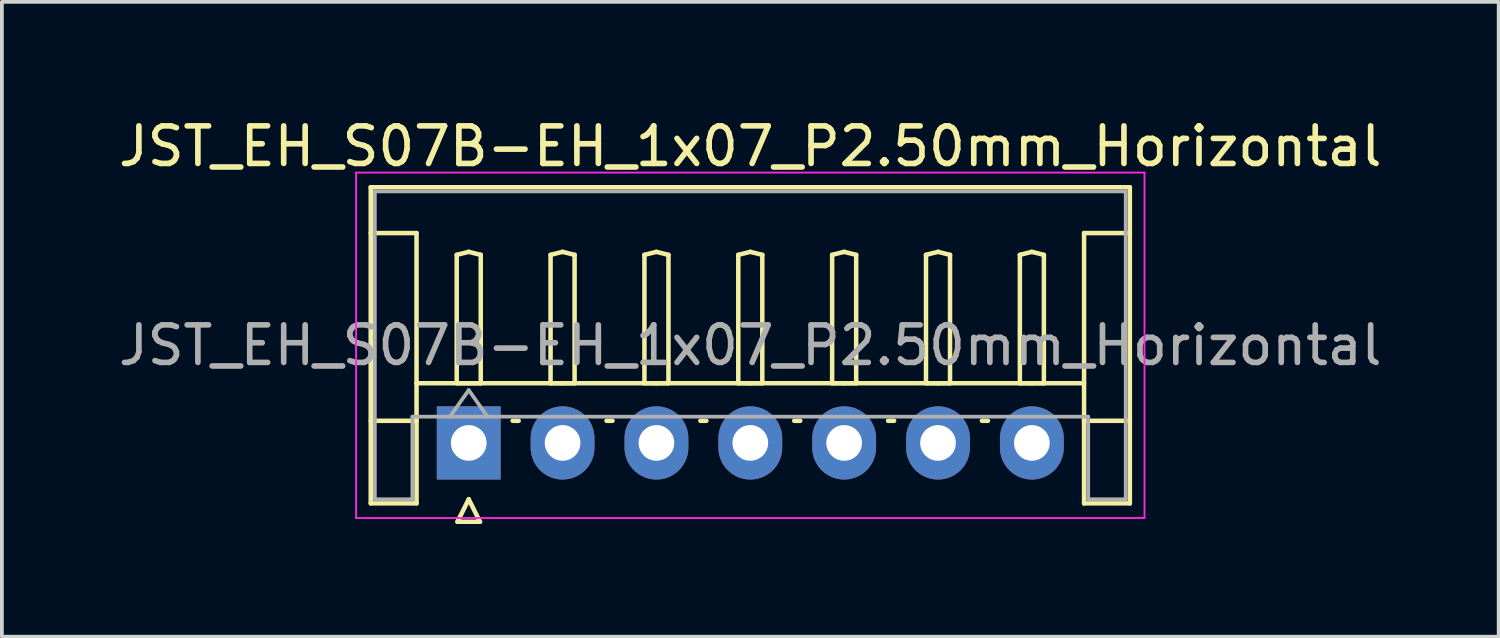
<source format=kicad_pcb>
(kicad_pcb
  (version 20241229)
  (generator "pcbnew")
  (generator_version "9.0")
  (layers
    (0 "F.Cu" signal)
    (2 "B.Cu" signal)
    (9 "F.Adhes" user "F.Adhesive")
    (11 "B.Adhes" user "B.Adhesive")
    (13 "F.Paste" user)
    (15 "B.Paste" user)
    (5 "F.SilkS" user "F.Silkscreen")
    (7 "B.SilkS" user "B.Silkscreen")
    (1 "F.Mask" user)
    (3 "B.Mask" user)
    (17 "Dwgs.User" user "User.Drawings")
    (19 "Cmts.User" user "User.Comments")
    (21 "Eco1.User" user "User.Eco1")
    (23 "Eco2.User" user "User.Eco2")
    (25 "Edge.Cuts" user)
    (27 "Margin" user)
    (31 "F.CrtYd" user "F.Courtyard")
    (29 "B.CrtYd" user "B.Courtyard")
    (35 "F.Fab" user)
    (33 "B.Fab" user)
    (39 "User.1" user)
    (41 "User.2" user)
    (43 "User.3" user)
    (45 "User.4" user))
  (footprint "JST_EH_S07B-EH_1x07_P2.50mm_Horizontal"
    (layer "F.Cu")
    (at 9.435 8.748)
    (property "Reference" "JST_EH_S07B-EH_1x07_P2.50mm_Horizontal" (at 7.5 -7.9 0) (layer "F.SilkS") (effects (font (size 1 1) (thickness 0.15))))
    (attr through_hole)
    (fp_line (start -2.61 -6.81) (end 17.61 -6.81) (stroke (width 0.12) (type solid)) (layer "F.SilkS"))
    (fp_line (start -2.61 -5.59) (end -1.39 -5.59) (stroke (width 0.12) (type solid)) (layer "F.SilkS"))
    (fp_line (start -2.61 1.61) (end -2.61 -6.81) (stroke (width 0.12) (type solid)) (layer "F.SilkS"))
    (fp_line (start -1.39 -5.59) (end -1.39 -0.59) (stroke (width 0.12) (type solid)) (layer "F.SilkS"))
    (fp_line (start -1.39 -1.59) (end 16.39 -1.59) (stroke (width 0.12) (type solid)) (layer "F.SilkS"))
    (fp_line (start -1.39 -0.59) (end -2.61 -0.59) (stroke (width 0.12) (type solid)) (layer "F.SilkS"))
    (fp_line (start -1.39 -0.59) (end -1.39 1.61) (stroke (width 0.12) (type solid)) (layer "F.SilkS"))
    (fp_line (start -1.39 1.61) (end -2.61 1.61) (stroke (width 0.12) (type solid)) (layer "F.SilkS"))
    (fp_line (start -0.32 -5.01) (end 0 -5.09) (stroke (width 0.12) (type solid)) (layer "F.SilkS"))
    (fp_line (start -0.32 -1.59) (end -0.32 -5.01) (stroke (width 0.12) (type solid)) (layer "F.SilkS"))
    (fp_line (start -0.3 2.1) (end 0.3 2.1) (stroke (width 0.12) (type solid)) (layer "F.SilkS"))
    (fp_line (start 0 -5.09) (end 0.32 -5.01) (stroke (width 0.12) (type solid)) (layer "F.SilkS"))
    (fp_line (start 0 -1.59) (end -0.32 -1.59) (stroke (width 0.12) (type solid)) (layer "F.SilkS"))
    (fp_line (start 0 1.5) (end -0.3 2.1) (stroke (width 0.12) (type solid)) (layer "F.SilkS"))
    (fp_line (start 0.3 2.1) (end 0 1.5) (stroke (width 0.12) (type solid)) (layer "F.SilkS"))
    (fp_line (start 0.32 -5.01) (end 0.32 -1.59) (stroke (width 0.12) (type solid)) (layer "F.SilkS"))
    (fp_line (start 0.32 -1.59) (end 0 -1.59) (stroke (width 0.12) (type solid)) (layer "F.SilkS"))
    (fp_line (start 1.17 -0.59) (end 1.33 -0.59) (stroke (width 0.12) (type solid)) (layer "F.SilkS"))
    (fp_line (start 2.18 -5.01) (end 2.5 -5.09) (stroke (width 0.12) (type solid)) (layer "F.SilkS"))
    (fp_line (start 2.18 -1.59) (end 2.18 -5.01) (stroke (width 0.12) (type solid)) (layer "F.SilkS"))
    (fp_line (start 2.5 -5.09) (end 2.82 -5.01) (stroke (width 0.12) (type solid)) (layer "F.SilkS"))
    (fp_line (start 2.5 -1.59) (end 2.18 -1.59) (stroke (width 0.12) (type solid)) (layer "F.SilkS"))
    (fp_line (start 2.82 -5.01) (end 2.82 -1.59) (stroke (width 0.12) (type solid)) (layer "F.SilkS"))
    (fp_line (start 2.82 -1.59) (end 2.5 -1.59) (stroke (width 0.12) (type solid)) (layer "F.SilkS"))
    (fp_line (start 3.67 -0.59) (end 3.83 -0.59) (stroke (width 0.12) (type solid)) (layer "F.SilkS"))
    (fp_line (start 4.68 -5.01) (end 5 -5.09) (stroke (width 0.12) (type solid)) (layer "F.SilkS"))
    (fp_line (start 4.68 -1.59) (end 4.68 -5.01) (stroke (width 0.12) (type solid)) (layer "F.SilkS"))
    (fp_line (start 5 -5.09) (end 5.32 -5.01) (stroke (width 0.12) (type solid)) (layer "F.SilkS"))
    (fp_line (start 5 -1.59) (end 4.68 -1.59) (stroke (width 0.12) (type solid)) (layer "F.SilkS"))
    (fp_line (start 5.32 -5.01) (end 5.32 -1.59) (stroke (width 0.12) (type solid)) (layer "F.SilkS"))
    (fp_line (start 5.32 -1.59) (end 5 -1.59) (stroke (width 0.12) (type solid)) (layer "F.SilkS"))
    (fp_line (start 6.17 -0.59) (end 6.33 -0.59) (stroke (width 0.12) (type solid)) (layer "F.SilkS"))
    (fp_line (start 7.18 -5.01) (end 7.5 -5.09) (stroke (width 0.12) (type solid)) (layer "F.SilkS"))
    (fp_line (start 7.18 -1.59) (end 7.18 -5.01) (stroke (width 0.12) (type solid)) (layer "F.SilkS"))
    (fp_line (start 7.5 -5.09) (end 7.82 -5.01) (stroke (width 0.12) (type solid)) (layer "F.SilkS"))
    (fp_line (start 7.5 -1.59) (end 7.18 -1.59) (stroke (width 0.12) (type solid)) (layer "F.SilkS"))
    (fp_line (start 7.82 -5.01) (end 7.82 -1.59) (stroke (width 0.12) (type solid)) (layer "F.SilkS"))
    (fp_line (start 7.82 -1.59) (end 7.5 -1.59) (stroke (width 0.12) (type solid)) (layer "F.SilkS"))
    (fp_line (start 8.67 -0.59) (end 8.83 -0.59) (stroke (width 0.12) (type solid)) (layer "F.SilkS"))
    (fp_line (start 9.68 -5.01) (end 10 -5.09) (stroke (width 0.12) (type solid)) (layer "F.SilkS"))
    (fp_line (start 9.68 -1.59) (end 9.68 -5.01) (stroke (width 0.12) (type solid)) (layer "F.SilkS"))
    (fp_line (start 10 -5.09) (end 10.32 -5.01) (stroke (width 0.12) (type solid)) (layer "F.SilkS"))
    (fp_line (start 10 -1.59) (end 9.68 -1.59) (stroke (width 0.12) (type solid)) (layer "F.SilkS"))
    (fp_line (start 10.32 -5.01) (end 10.32 -1.59) (stroke (width 0.12) (type solid)) (layer "F.SilkS"))
    (fp_line (start 10.32 -1.59) (end 10 -1.59) (stroke (width 0.12) (type solid)) (layer "F.SilkS"))
    (fp_line (start 11.17 -0.59) (end 11.33 -0.59) (stroke (width 0.12) (type solid)) (layer "F.SilkS"))
    (fp_line (start 12.18 -5.01) (end 12.5 -5.09) (stroke (width 0.12) (type solid)) (layer "F.SilkS"))
    (fp_line (start 12.18 -1.59) (end 12.18 -5.01) (stroke (width 0.12) (type solid)) (layer "F.SilkS"))
    (fp_line (start 12.5 -5.09) (end 12.82 -5.01) (stroke (width 0.12) (type solid)) (layer "F.SilkS"))
    (fp_line (start 12.5 -1.59) (end 12.18 -1.59) (stroke (width 0.12) (type solid)) (layer "F.SilkS"))
    (fp_line (start 12.82 -5.01) (end 12.82 -1.59) (stroke (width 0.12) (type solid)) (layer "F.SilkS"))
    (fp_line (start 12.82 -1.59) (end 12.5 -1.59) (stroke (width 0.12) (type solid)) (layer "F.SilkS"))
    (fp_line (start 13.67 -0.59) (end 13.83 -0.59) (stroke (width 0.12) (type solid)) (layer "F.SilkS"))
    (fp_line (start 14.68 -5.01) (end 15 -5.09) (stroke (width 0.12) (type solid)) (layer "F.SilkS"))
    (fp_line (start 14.68 -1.59) (end 14.68 -5.01) (stroke (width 0.12) (type solid)) (layer "F.SilkS"))
    (fp_line (start 15 -5.09) (end 15.32 -5.01) (stroke (width 0.12) (type solid)) (layer "F.SilkS"))
    (fp_line (start 15 -1.59) (end 14.68 -1.59) (stroke (width 0.12) (type solid)) (layer "F.SilkS"))
    (fp_line (start 15.32 -5.01) (end 15.32 -1.59) (stroke (width 0.12) (type solid)) (layer "F.SilkS"))
    (fp_line (start 15.32 -1.59) (end 15 -1.59) (stroke (width 0.12) (type solid)) (layer "F.SilkS"))
    (fp_line (start 16.39 -5.59) (end 16.39 -0.59) (stroke (width 0.12) (type solid)) (layer "F.SilkS"))
    (fp_line (start 16.39 -0.59) (end 17.61 -0.59) (stroke (width 0.12) (type solid)) (layer "F.SilkS"))
    (fp_line (start 16.39 1.61) (end 16.39 -0.59) (stroke (width 0.12) (type solid)) (layer "F.SilkS"))
    (fp_line (start 17.61 -6.81) (end 17.61 1.61) (stroke (width 0.12) (type solid)) (layer "F.SilkS"))
    (fp_line (start 17.61 -5.59) (end 16.39 -5.59) (stroke (width 0.12) (type solid)) (layer "F.SilkS"))
    (fp_line (start 17.61 1.61) (end 16.39 1.61) (stroke (width 0.12) (type solid)) (layer "F.SilkS"))
    (fp_line (start -3 -7.2) (end -3 2) (stroke (width 0.05) (type solid)) (layer "F.CrtYd"))
    (fp_line (start -3 2) (end 18 2) (stroke (width 0.05) (type solid)) (layer "F.CrtYd"))
    (fp_line (start 18 -7.2) (end -3 -7.2) (stroke (width 0.05) (type solid)) (layer "F.CrtYd"))
    (fp_line (start 18 2) (end 18 -7.2) (stroke (width 0.05) (type solid)) (layer "F.CrtYd"))
    (fp_line (start -2.5 -6.7) (end 17.5 -6.7) (stroke (width 0.1) (type solid)) (layer "F.Fab"))
    (fp_line (start -2.5 1.5) (end -2.5 -6.7) (stroke (width 0.1) (type solid)) (layer "F.Fab"))
    (fp_line (start -1.5 -0.7) (end -1.5 1.5) (stroke (width 0.1) (type solid)) (layer "F.Fab"))
    (fp_line (start -1.5 1.5) (end -2.5 1.5) (stroke (width 0.1) (type solid)) (layer "F.Fab"))
    (fp_line (start -0.5 -0.7) (end 0 -1.407) (stroke (width 0.1) (type solid)) (layer "F.Fab"))
    (fp_line (start 0 -1.407) (end 0.5 -0.7) (stroke (width 0.1) (type solid)) (layer "F.Fab"))
    (fp_line (start 16.5 -0.7) (end -1.5 -0.7) (stroke (width 0.1) (type solid)) (layer "F.Fab"))
    (fp_line (start 16.5 1.5) (end 16.5 -0.7) (stroke (width 0.1) (type solid)) (layer "F.Fab"))
    (fp_line (start 17.5 -6.7) (end 17.5 1.5) (stroke (width 0.1) (type solid)) (layer "F.Fab"))
    (fp_line (start 17.5 1.5) (end 16.5 1.5) (stroke (width 0.1) (type solid)) (layer "F.Fab"))
    (fp_text user "${REFERENCE}" (at 7.5 -2.6 0) (layer "F.Fab") (effects (font (size 1 1) (thickness 0.15))))
    (pad "1" thru_hole rect (at 0 0) (size 1.7 1.95) (drill 0.95) (layers "*.Cu" "*.Mask"))
    (pad "2" thru_hole oval (at 2.5 0) (size 1.7 1.95) (drill 0.95) (layers "*.Cu" "*.Mask"))
    (pad "3" thru_hole oval (at 5 0) (size 1.7 1.95) (drill 0.95) (layers "*.Cu" "*.Mask"))
    (pad "4" thru_hole oval (at 7.5 0) (size 1.7 1.95) (drill 0.95) (layers "*.Cu" "*.Mask"))
    (pad "5" thru_hole oval (at 10 0) (size 1.7 1.95) (drill 0.95) (layers "*.Cu" "*.Mask"))
    (pad "6" thru_hole oval (at 12.5 0) (size 1.7 1.95) (drill 0.95) (layers "*.Cu" "*.Mask"))
    (pad "7" thru_hole oval (at 15 0) (size 1.7 1.95) (drill 0.95) (layers "*.Cu" "*.Mask")))
  (gr_rect
    (start -3 -3)
    (end 36.869 13.908)
    (stroke (width 0.1) (type default))
    (fill no)
    (layer "Edge.Cuts")))
</source>
